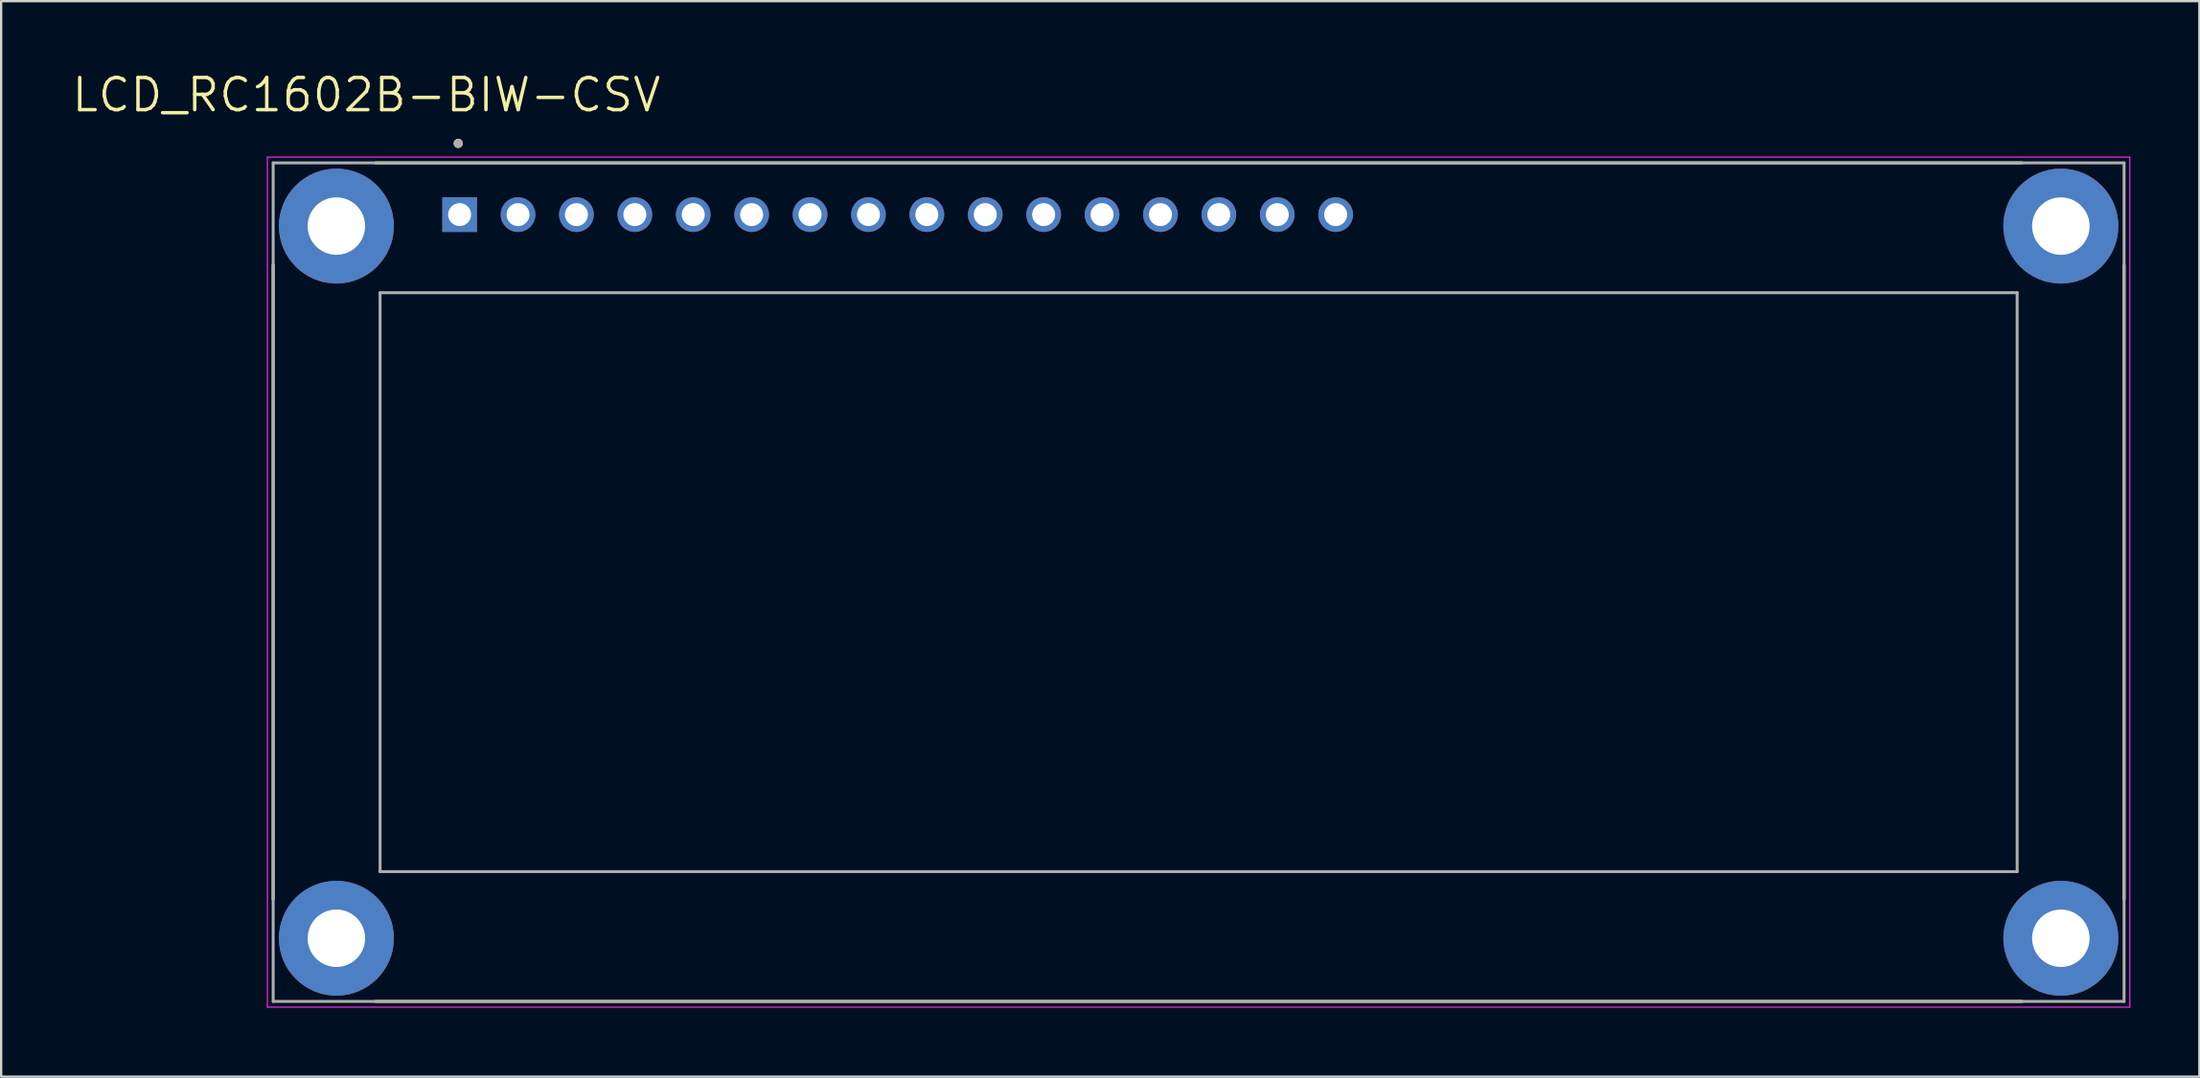
<source format=kicad_pcb>
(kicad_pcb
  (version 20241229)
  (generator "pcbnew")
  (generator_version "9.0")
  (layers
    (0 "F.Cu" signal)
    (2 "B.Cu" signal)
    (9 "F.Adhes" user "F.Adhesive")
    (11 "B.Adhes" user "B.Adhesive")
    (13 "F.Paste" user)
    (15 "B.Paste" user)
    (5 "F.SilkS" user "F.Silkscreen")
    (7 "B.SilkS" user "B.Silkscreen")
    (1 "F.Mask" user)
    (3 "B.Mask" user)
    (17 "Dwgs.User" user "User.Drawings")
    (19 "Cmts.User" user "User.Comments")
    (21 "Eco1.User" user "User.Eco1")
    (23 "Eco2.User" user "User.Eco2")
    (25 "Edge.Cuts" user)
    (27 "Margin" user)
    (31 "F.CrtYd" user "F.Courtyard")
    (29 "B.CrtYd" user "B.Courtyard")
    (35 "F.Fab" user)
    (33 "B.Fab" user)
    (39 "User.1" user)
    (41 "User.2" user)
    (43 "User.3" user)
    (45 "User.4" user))
  (footprint "LCD_RC1602B-BIW-CSV"
    (layer "F.Cu")
    (at 49.08 22.291)
    (property "Reference" "LCD_RC1602B-BIW-CSV" (at -36.195 -21.209 0) (layer "F.SilkS") (effects (font (size 1.4 1.4) (thickness 0.15))))
    (attr through_hole)
    (fp_line (start -40.25 -13.8) (end -40.25 13.8) (stroke (width 0.127) (type solid)) (layer "F.SilkS"))
    (fp_line (start -35.8 -18.25) (end 35.8 -18.25) (stroke (width 0.127) (type solid)) (layer "F.SilkS"))
    (fp_line (start -35.8 18.25) (end 35.8 18.25) (stroke (width 0.127) (type solid)) (layer "F.SilkS"))
    (fp_line (start 40.25 -13.8) (end 40.25 13.8) (stroke (width 0.127) (type solid)) (layer "F.SilkS"))
    (fp_circle (center -32.2 -19.1) (end -32.1 -19.1) (stroke (width 0.2) (type solid)) (fill no) (layer "F.SilkS"))
    (fp_line (start -40.5 -18.5) (end 40.5 -18.5) (stroke (width 0.05) (type solid)) (layer "F.CrtYd"))
    (fp_line (start -40.5 18.5) (end -40.5 -18.5) (stroke (width 0.05) (type solid)) (layer "F.CrtYd"))
    (fp_line (start 40.5 -18.5) (end 40.5 18.5) (stroke (width 0.05) (type solid)) (layer "F.CrtYd"))
    (fp_line (start 40.5 18.5) (end -40.5 18.5) (stroke (width 0.05) (type solid)) (layer "F.CrtYd"))
    (fp_line (start -40.25 -18.25) (end 40.25 -18.25) (stroke (width 0.127) (type solid)) (layer "F.Fab"))
    (fp_line (start -40.25 18.25) (end -40.25 -18.25) (stroke (width 0.127) (type solid)) (layer "F.Fab"))
    (fp_line (start -35.6 -12.6) (end 35.6 -12.6) (stroke (width 0.127) (type solid)) (layer "F.Fab"))
    (fp_line (start -35.6 12.6) (end -35.6 -12.6) (stroke (width 0.127) (type solid)) (layer "F.Fab"))
    (fp_line (start 35.6 -12.6) (end 35.6 12.6) (stroke (width 0.127) (type solid)) (layer "F.Fab"))
    (fp_line (start 35.6 12.6) (end -35.6 12.6) (stroke (width 0.127) (type solid)) (layer "F.Fab"))
    (fp_line (start 40.25 -18.25) (end 40.25 18.25) (stroke (width 0.127) (type solid)) (layer "F.Fab"))
    (fp_line (start 40.25 18.25) (end -40.25 18.25) (stroke (width 0.127) (type solid)) (layer "F.Fab"))
    (fp_circle (center -32.2 -19.1) (end -32.1 -19.1) (stroke (width 0.2) (type solid)) (fill no) (layer "F.Fab"))
    (pad "1" thru_hole rect (at -32.14 -16) (size 1.508 1.508) (drill 1) (layers "*.Cu" "*.Mask"))
    (pad "2" thru_hole circle (at -29.6 -16) (size 1.508 1.508) (drill 1) (layers "*.Cu" "*.Mask"))
    (pad "3" thru_hole circle (at -27.06 -16) (size 1.508 1.508) (drill 1) (layers "*.Cu" "*.Mask"))
    (pad "4" thru_hole circle (at -24.52 -16) (size 1.508 1.508) (drill 1) (layers "*.Cu" "*.Mask"))
    (pad "5" thru_hole circle (at -21.98 -16) (size 1.508 1.508) (drill 1) (layers "*.Cu" "*.Mask"))
    (pad "6" thru_hole circle (at -19.44 -16) (size 1.508 1.508) (drill 1) (layers "*.Cu" "*.Mask"))
    (pad "7" thru_hole circle (at -16.9 -16) (size 1.508 1.508) (drill 1) (layers "*.Cu" "*.Mask"))
    (pad "8" thru_hole circle (at -14.36 -16) (size 1.508 1.508) (drill 1) (layers "*.Cu" "*.Mask"))
    (pad "9" thru_hole circle (at -11.82 -16) (size 1.508 1.508) (drill 1) (layers "*.Cu" "*.Mask"))
    (pad "10" thru_hole circle (at -9.28 -16) (size 1.508 1.508) (drill 1) (layers "*.Cu" "*.Mask"))
    (pad "11" thru_hole circle (at -6.74 -16) (size 1.508 1.508) (drill 1) (layers "*.Cu" "*.Mask"))
    (pad "12" thru_hole circle (at -4.2 -16) (size 1.508 1.508) (drill 1) (layers "*.Cu" "*.Mask"))
    (pad "13" thru_hole circle (at -1.66 -16) (size 1.508 1.508) (drill 1) (layers "*.Cu" "*.Mask"))
    (pad "14" thru_hole circle (at 0.88 -16) (size 1.508 1.508) (drill 1) (layers "*.Cu" "*.Mask"))
    (pad "15" thru_hole circle (at 3.42 -16) (size 1.508 1.508) (drill 1) (layers "*.Cu" "*.Mask"))
    (pad "16" thru_hole circle (at 5.96 -16) (size 1.508 1.508) (drill 1) (layers "*.Cu" "*.Mask"))
    (pad "S1" thru_hole circle (at -37.5 -15.5) (size 5 5) (drill 2.5) (layers "*.Cu" "*.Mask"))
    (pad "S2" thru_hole circle (at 37.5 -15.5) (size 5 5) (drill 2.5) (layers "*.Cu" "*.Mask"))
    (pad "S3" thru_hole circle (at 37.5 15.5) (size 5 5) (drill 2.5) (layers "*.Cu" "*.Mask"))
    (pad "S4" thru_hole circle (at -37.5 15.5) (size 5 5) (drill 2.5) (layers "*.Cu" "*.Mask")))
  (gr_rect
    (start -3 -3)
    (end 92.605 43.816)
    (stroke (width 0.1) (type default))
    (fill no)
    (layer "Edge.Cuts")))
</source>
